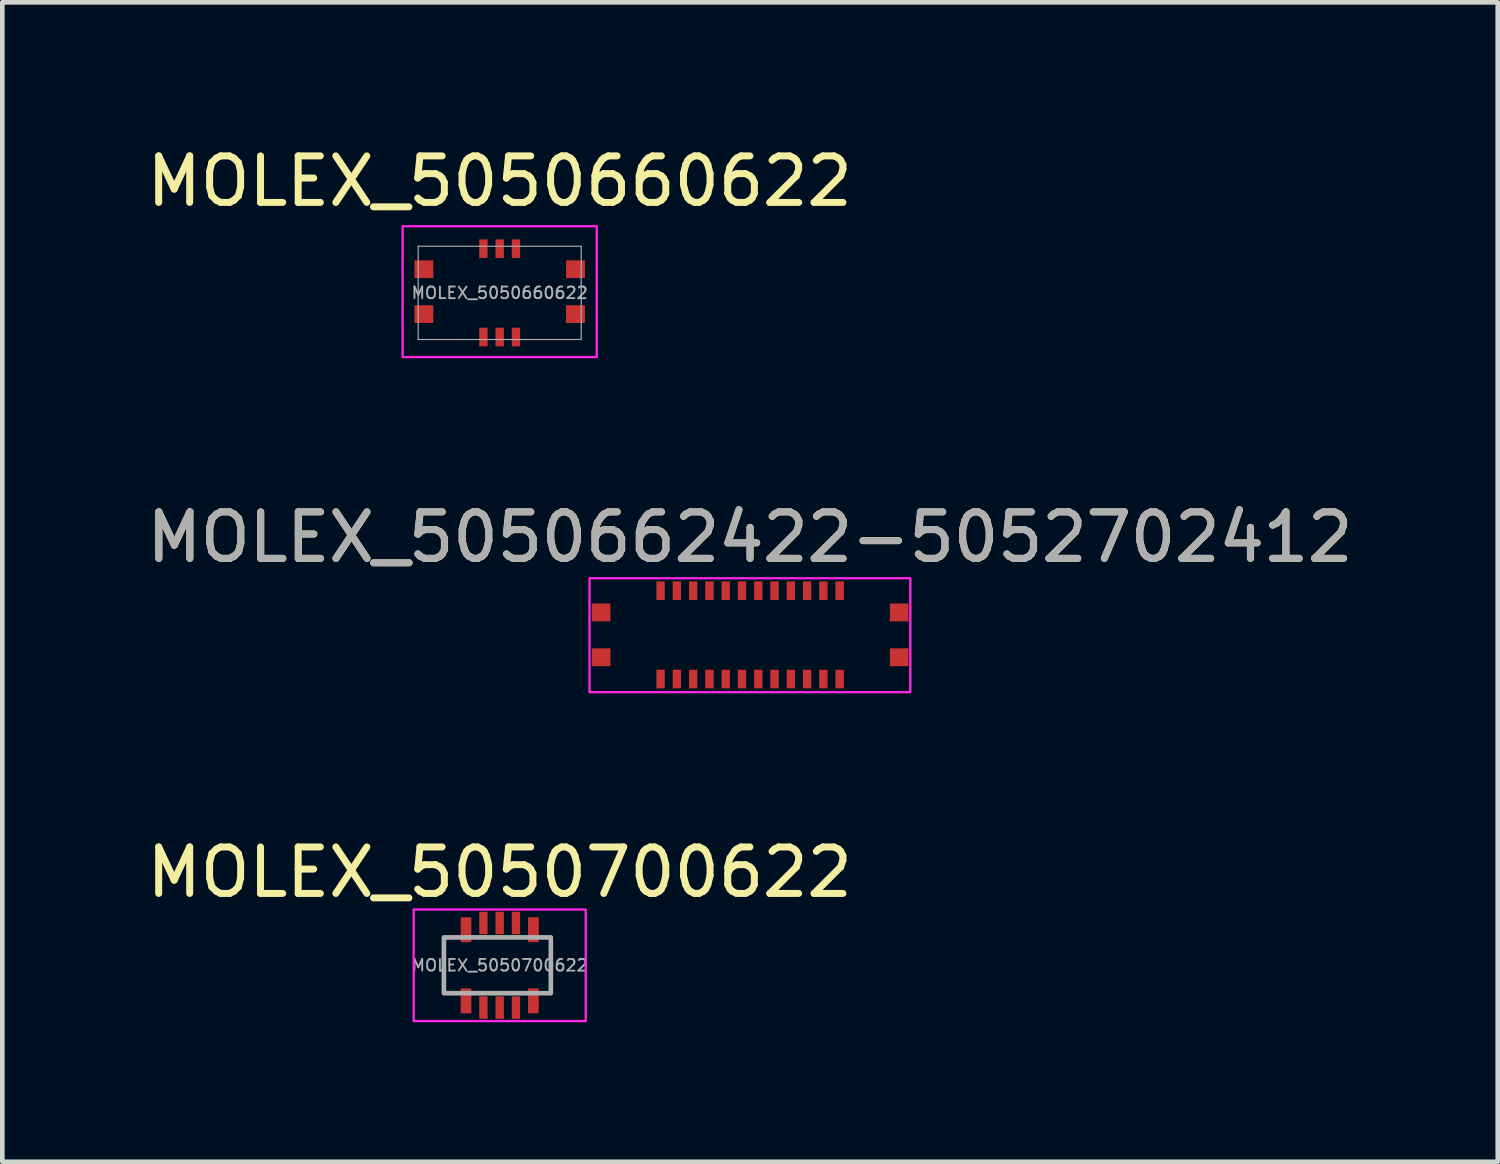
<source format=kicad_pcb>
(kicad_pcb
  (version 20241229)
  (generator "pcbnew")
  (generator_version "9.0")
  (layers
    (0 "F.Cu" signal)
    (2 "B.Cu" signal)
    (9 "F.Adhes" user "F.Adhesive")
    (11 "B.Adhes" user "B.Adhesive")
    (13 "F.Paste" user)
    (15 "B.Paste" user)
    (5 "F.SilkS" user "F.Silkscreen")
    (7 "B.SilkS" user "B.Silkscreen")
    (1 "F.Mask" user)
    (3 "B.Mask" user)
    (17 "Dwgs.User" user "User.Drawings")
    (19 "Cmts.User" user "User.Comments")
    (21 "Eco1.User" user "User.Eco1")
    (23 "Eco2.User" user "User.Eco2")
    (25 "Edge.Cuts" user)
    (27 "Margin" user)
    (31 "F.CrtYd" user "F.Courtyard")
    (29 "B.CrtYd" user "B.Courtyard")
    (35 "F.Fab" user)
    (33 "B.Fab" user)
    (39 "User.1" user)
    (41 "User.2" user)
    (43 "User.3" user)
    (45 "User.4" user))
  (footprint "MOLEX_5050662422-5052702412"
    (layer "F.Cu")
    (at 13.082 10.603)
    (property "Reference" "MOLEX_5050662422-5052702412" (at 0 -2.1 0) (unlocked yes) (layer "F.SilkS") (effects (font (size 1 1) (thickness 0.15))))
    (attr smd)
    (fp_rect (start -3.385 -0.657) (end -3.025 -0.307) (stroke (width 0) (type solid)) (fill yes) (layer "F.Mask"))
    (fp_rect (start -3.385 0.312) (end -3.025 0.652) (stroke (width 0) (type solid)) (fill yes) (layer "F.Mask"))
    (fp_rect (start -2.005 -1.13) (end -1.845 -0.77) (stroke (width 0) (type solid)) (fill yes) (layer "F.Mask"))
    (fp_rect (start -2.005 0.77) (end -1.845 1.13) (stroke (width 0) (type solid)) (fill yes) (layer "F.Mask"))
    (fp_rect (start -1.655 -1.13) (end -1.495 -0.77) (stroke (width 0) (type solid)) (fill yes) (layer "F.Mask"))
    (fp_rect (start -1.655 0.77) (end -1.495 1.13) (stroke (width 0) (type solid)) (fill yes) (layer "F.Mask"))
    (fp_rect (start -1.305 -1.13) (end -1.145 -0.77) (stroke (width 0) (type solid)) (fill yes) (layer "F.Mask"))
    (fp_rect (start -1.305 0.77) (end -1.145 1.13) (stroke (width 0) (type solid)) (fill yes) (layer "F.Mask"))
    (fp_rect (start -0.955 -1.13) (end -0.795 -0.77) (stroke (width 0) (type solid)) (fill yes) (layer "F.Mask"))
    (fp_rect (start -0.955 0.77) (end -0.795 1.13) (stroke (width 0) (type solid)) (fill yes) (layer "F.Mask"))
    (fp_rect (start -0.605 -1.13) (end -0.445 -0.77) (stroke (width 0) (type solid)) (fill yes) (layer "F.Mask"))
    (fp_rect (start -0.605 0.77) (end -0.445 1.13) (stroke (width 0) (type solid)) (fill yes) (layer "F.Mask"))
    (fp_rect (start -0.255 -1.13) (end -0.095 -0.77) (stroke (width 0) (type solid)) (fill yes) (layer "F.Mask"))
    (fp_rect (start -0.255 0.77) (end -0.095 1.13) (stroke (width 0) (type solid)) (fill yes) (layer "F.Mask"))
    (fp_rect (start 0.095 -1.13) (end 0.255 -0.77) (stroke (width 0) (type solid)) (fill yes) (layer "F.Mask"))
    (fp_rect (start 0.095 0.77) (end 0.255 1.13) (stroke (width 0) (type solid)) (fill yes) (layer "F.Mask"))
    (fp_rect (start 0.445 -1.13) (end 0.605 -0.77) (stroke (width 0) (type solid)) (fill yes) (layer "F.Mask"))
    (fp_rect (start 0.445 0.77) (end 0.605 1.13) (stroke (width 0) (type solid)) (fill yes) (layer "F.Mask"))
    (fp_rect (start 0.795 -1.13) (end 0.955 -0.77) (stroke (width 0) (type solid)) (fill yes) (layer "F.Mask"))
    (fp_rect (start 0.795 0.77) (end 0.955 1.13) (stroke (width 0) (type solid)) (fill yes) (layer "F.Mask"))
    (fp_rect (start 1.145 -1.13) (end 1.305 -0.77) (stroke (width 0) (type solid)) (fill yes) (layer "F.Mask"))
    (fp_rect (start 1.145 0.77) (end 1.305 1.13) (stroke (width 0) (type solid)) (fill yes) (layer "F.Mask"))
    (fp_rect (start 1.495 -1.13) (end 1.655 -0.77) (stroke (width 0) (type solid)) (fill yes) (layer "F.Mask"))
    (fp_rect (start 1.495 0.77) (end 1.655 1.13) (stroke (width 0) (type solid)) (fill yes) (layer "F.Mask"))
    (fp_rect (start 1.845 -1.13) (end 2.005 -0.77) (stroke (width 0) (type solid)) (fill yes) (layer "F.Mask"))
    (fp_rect (start 1.845 0.77) (end 2.005 1.13) (stroke (width 0) (type solid)) (fill yes) (layer "F.Mask"))
    (fp_rect (start 3.025 -0.657) (end 3.385 -0.307) (stroke (width 0) (type solid)) (fill yes) (layer "F.Mask"))
    (fp_rect (start 3.025 0.312) (end 3.385 0.652) (stroke (width 0) (type solid)) (fill yes) (layer "F.Mask"))
    (fp_rect (start -3.455 1.232) (end 3.445 -1.218) (stroke (width 0.05) (type solid)) (fill no) (layer "F.CrtYd"))
    (fp_text user "${REFERENCE}" (at -0.005 -2.1 0) (unlocked yes) (layer "F.Fab") (effects (font (size 1 1) (thickness 0.15))))
    (pad "1" smd rect (at -1.925 0.95) (size 0.18 0.4) (layers "F.Cu" "F.Paste"))
    (pad "2" smd rect (at -1.925 -0.95) (size 0.18 0.4) (layers "F.Cu" "F.Paste"))
    (pad "3" smd rect (at -1.575 0.95) (size 0.18 0.4) (layers "F.Cu" "F.Paste"))
    (pad "4" smd rect (at -1.575 -0.95) (size 0.18 0.4) (layers "F.Cu" "F.Paste"))
    (pad "5" smd rect (at -1.225 0.95) (size 0.18 0.4) (layers "F.Cu" "F.Paste"))
    (pad "6" smd rect (at -1.225 -0.95) (size 0.18 0.4) (layers "F.Cu" "F.Paste"))
    (pad "7" smd rect (at -0.875 0.95) (size 0.18 0.4) (layers "F.Cu" "F.Paste"))
    (pad "8" smd rect (at -0.875 -0.95) (size 0.18 0.4) (layers "F.Cu" "F.Paste"))
    (pad "9" smd rect (at -0.525 0.95) (size 0.18 0.4) (layers "F.Cu" "F.Paste"))
    (pad "10" smd rect (at -0.525 -0.95) (size 0.18 0.4) (layers "F.Cu" "F.Paste"))
    (pad "11" smd rect (at -0.175 0.95) (size 0.18 0.4) (layers "F.Cu" "F.Paste"))
    (pad "12" smd rect (at -0.175 -0.95) (size 0.18 0.4) (layers "F.Cu" "F.Paste"))
    (pad "13" smd rect (at 0.175 0.95) (size 0.18 0.4) (layers "F.Cu" "F.Paste"))
    (pad "14" smd rect (at 0.175 -0.95) (size 0.18 0.4) (layers "F.Cu" "F.Paste"))
    (pad "15" smd rect (at 0.525 0.95) (size 0.18 0.4) (layers "F.Cu" "F.Paste"))
    (pad "16" smd rect (at 0.525 -0.95) (size 0.18 0.4) (layers "F.Cu" "F.Paste"))
    (pad "17" smd rect (at 0.875 0.95) (size 0.18 0.4) (layers "F.Cu" "F.Paste"))
    (pad "18" smd rect (at 0.875 -0.95) (size 0.18 0.4) (layers "F.Cu" "F.Paste"))
    (pad "19" smd rect (at 1.225 0.95) (size 0.18 0.4) (layers "F.Cu" "F.Paste"))
    (pad "20" smd rect (at 1.225 -0.95) (size 0.18 0.4) (layers "F.Cu" "F.Paste"))
    (pad "21" smd rect (at 1.575 0.95) (size 0.18 0.4) (layers "F.Cu" "F.Paste"))
    (pad "22" smd rect (at 1.575 -0.95) (size 0.18 0.4) (layers "F.Cu" "F.Paste"))
    (pad "23" smd rect (at 1.925 0.95) (size 0.18 0.4) (layers "F.Cu" "F.Paste"))
    (pad "24" smd rect (at 1.925 -0.95) (size 0.18 0.4) (layers "F.Cu" "F.Paste"))
    (pad "MP1" smd rect (at -3.205 0.482) (size 0.4 0.385) (layers "F.Cu" "F.Paste"))
    (pad "MP2" smd rect (at -3.205 -0.482) (size 0.4 0.385) (layers "F.Cu" "F.Paste"))
    (pad "MP3" smd rect (at 3.205 0.482) (size 0.4 0.385) (layers "F.Cu" "F.Paste"))
    (pad "MP4" smd rect (at 3.205 -0.482) (size 0.4 0.385) (layers "F.Cu" "F.Paste"))
    (zone (net_name "") (layer "F.Cu") (hatch edge 0.508) (connect_pads) (min_thickness 0.254) (filled_areas_thickness no) (keepout (tracks not_allowed) (vias not_allowed) (pads not_allowed) (copperpour allowed) (footprints allowed)) (placement (enabled no)) (fill) (polygon (pts (xy 15.297 10.486) (xy 10.867 10.486) (xy 10.867 9.853) (xy 15.297 9.853))))
    (zone (net_name "") (layer "F.Cu") (hatch edge 0.508) (connect_pads) (min_thickness 0.254) (filled_areas_thickness no) (keepout (tracks not_allowed) (vias not_allowed) (pads not_allowed) (copperpour allowed) (footprints allowed)) (placement (enabled no)) (fill) (polygon (pts (xy 15.297 11.353) (xy 10.867 11.353) (xy 10.867 10.736) (xy 15.297 10.736)))))
  (footprint "MOLEX_5050700622"
    (layer "F.Cu")
    (at 7.696 17.709)
    (property "Reference" "MOLEX_5050700622" (at 0 -2 0) (unlocked yes) (layer "F.SilkS") (effects (font (size 1 1) (thickness 0.15))))
    (attr smd)
    (fp_rect (start -1.85 -1.2) (end 1.85 1.2) (stroke (width 0.05) (type default)) (fill no) (layer "F.CrtYd"))
    (fp_rect (start -1.2 -0.6) (end 1.1 0.6) (stroke (width 0.1) (type default)) (fill no) (layer "F.Fab"))
    (fp_text user "${REFERENCE}" (at 0 0 0) (unlocked yes) (layer "F.Fab") (effects (font (size 0.25 0.25) (thickness 0.04))))
    (pad "1" smd roundrect (at -0.35 0.91) (size 0.18 0.485) (layers "F.Cu" "F.Mask" "F.Paste") (roundrect_rratio 0.05))
    (pad "2" smd roundrect (at -0.35 -0.91) (size 0.18 0.485) (layers "F.Cu" "F.Mask" "F.Paste") (roundrect_rratio 0.05))
    (pad "3" smd roundrect (at 0 0.91) (size 0.18 0.485) (layers "F.Cu" "F.Mask" "F.Paste") (roundrect_rratio 0.05))
    (pad "4" smd roundrect (at 0 -0.91) (size 0.18 0.485) (layers "F.Cu" "F.Mask" "F.Paste") (roundrect_rratio 0.05))
    (pad "5" smd roundrect (at 0.35 0.91) (size 0.18 0.485) (layers "F.Cu" "F.Mask" "F.Paste") (roundrect_rratio 0.05))
    (pad "6" smd roundrect (at 0.35 -0.91) (size 0.18 0.485) (layers "F.Cu" "F.Mask" "F.Paste") (roundrect_rratio 0.05))
    (pad "MP1" smd roundrect (at -0.725 0.765) (size 0.23 0.535) (layers "F.Cu" "F.Mask" "F.Paste") (roundrect_rratio 0.05))
    (pad "MP2" smd roundrect (at -0.725 -0.765) (size 0.23 0.535) (layers "F.Cu" "F.Mask" "F.Paste") (roundrect_rratio 0.05))
    (pad "MP3" smd roundrect (at 0.725 0.765) (size 0.23 0.535) (layers "F.Cu" "F.Mask" "F.Paste") (roundrect_rratio 0.05))
    (pad "MP4" smd roundrect (at 0.725 -0.765) (size 0.23 0.535) (layers "F.Cu" "F.Mask" "F.Paste") (roundrect_rratio 0.05))
    (zone (net_name "") (layers "F.Cu" "F.CrtYd") (hatch edge 0.5) (connect_pads) (min_thickness 0.25) (filled_areas_thickness no) (keepout (tracks not_allowed) (vias not_allowed) (pads not_allowed) (copperpour allowed) (footprints allowed)) (placement (enabled no)) (fill) (polygon (pts (xy 7.246 17.074) (xy 7.446 17.074) (xy 7.446 17.309) (xy 7.246 17.309))))
    (zone (net_name "") (layers "F.Cu" "F.CrtYd") (hatch edge 0.5) (connect_pads) (min_thickness 0.25) (filled_areas_thickness no) (keepout (tracks not_allowed) (vias not_allowed) (pads not_allowed) (copperpour allowed) (footprints allowed)) (placement (enabled no)) (fill) (polygon (pts (xy 7.246 18.104) (xy 7.446 18.104) (xy 7.446 18.339) (xy 7.246 18.339))))
    (zone (net_name "") (layers "F.Cu" "F.CrtYd") (hatch edge 0.5) (connect_pads) (min_thickness 0.25) (filled_areas_thickness no) (keepout (tracks not_allowed) (vias not_allowed) (pads not_allowed) (copperpour allowed) (footprints allowed)) (placement (enabled no)) (fill) (polygon (pts (xy 7.596 17.074) (xy 7.796 17.074) (xy 7.796 17.309) (xy 7.596 17.309))))
    (zone (net_name "") (layers "F.Cu" "F.CrtYd") (hatch edge 0.5) (connect_pads) (min_thickness 0.25) (filled_areas_thickness no) (keepout (tracks not_allowed) (vias not_allowed) (pads not_allowed) (copperpour allowed) (footprints allowed)) (placement (enabled no)) (fill) (polygon (pts (xy 7.596 18.104) (xy 7.796 18.104) (xy 7.796 18.339) (xy 7.596 18.339))))
    (zone (net_name "") (layers "F.Cu" "F.CrtYd") (hatch edge 0.5) (connect_pads) (min_thickness 0.25) (filled_areas_thickness no) (keepout (tracks not_allowed) (vias not_allowed) (pads not_allowed) (copperpour allowed) (footprints allowed)) (placement (enabled no)) (fill) (polygon (pts (xy 7.946 17.074) (xy 8.146 17.074) (xy 8.146 17.309) (xy 7.946 17.309))))
    (zone (net_name "") (layers "F.Cu" "F.CrtYd") (hatch edge 0.5) (connect_pads) (min_thickness 0.25) (filled_areas_thickness no) (keepout (tracks not_allowed) (vias not_allowed) (pads not_allowed) (copperpour allowed) (footprints allowed)) (placement (enabled no)) (fill) (polygon (pts (xy 7.946 18.104) (xy 8.146 18.104) (xy 8.146 18.339) (xy 7.946 18.339))))
    (zone (net_name "") (layers "F.Cu" "F.CrtYd") (hatch edge 0.5) (connect_pads) (min_thickness 0.25) (filled_areas_thickness no) (keepout (tracks not_allowed) (vias not_allowed) (pads not_allowed) (copperpour allowed) (footprints allowed)) (placement (enabled no)) (fill) (polygon (pts (xy 6.796 17.009) (xy 6.246 17.009) (xy 6.246 18.409) (xy 6.796 18.409) (xy 6.796 18.759) (xy 5.896 18.759) (xy 5.896 16.659) (xy 6.796 16.659))))
    (zone (net_name "") (layers "F.Cu" "F.CrtYd") (hatch edge 0.5) (connect_pads) (min_thickness 0.25) (filled_areas_thickness no) (keepout (tracks not_allowed) (vias not_allowed) (pads not_allowed) (copperpour allowed) (footprints allowed)) (placement (enabled no)) (fill) (polygon (pts (xy 8.596 18.409) (xy 9.146 18.409) (xy 9.146 17.009) (xy 8.596 17.009) (xy 8.596 16.659) (xy 9.496 16.659) (xy 9.496 18.759) (xy 8.596 18.759)))))
  (footprint "MOLEX_5050660622"
    (layer "F.Cu")
    (at 7.696 3.248)
    (property "Reference" "MOLEX_5050660622" (at 0 -2.4 0) (unlocked yes) (layer "F.SilkS") (effects (font (size 1 1) (thickness 0.15))))
    (attr smd)
    (fp_rect (start -2.087 -1.433) (end 2.087 1.382) (stroke (width 0.05) (type default)) (fill no) (layer "F.CrtYd"))
    (fp_line (start -1.753 -1.003) (end -1.753 1.003) (stroke (width 0.025) (type solid)) (layer "F.Fab"))
    (fp_line (start -1.753 1.003) (end 1.753 1.003) (stroke (width 0.025) (type solid)) (layer "F.Fab"))
    (fp_line (start 1.753 -1.003) (end -1.753 -1.003) (stroke (width 0.025) (type solid)) (layer "F.Fab"))
    (fp_line (start 1.753 1.003) (end 1.753 -1.003) (stroke (width 0.025) (type solid)) (layer "F.Fab"))
    (fp_text user "${REFERENCE}" (at 0 0 0) (unlocked yes) (layer "F.Fab") (effects (font (size 0.25 0.25) (thickness 0.04))))
    (pad "1" smd rect (at -0.35 -0.95) (size 0.18 0.4) (layers "F.Cu" "F.Mask" "F.Paste"))
    (pad "2" smd rect (at -0.35 0.95) (size 0.18 0.4) (layers "F.Cu" "F.Mask" "F.Paste"))
    (pad "3" smd rect (at 0 -0.95) (size 0.18 0.4) (layers "F.Cu" "F.Mask" "F.Paste"))
    (pad "4" smd rect (at 0 0.95) (size 0.18 0.4) (layers "F.Cu" "F.Mask" "F.Paste"))
    (pad "5" smd rect (at 0.35 -0.95) (size 0.18 0.4) (layers "F.Cu" "F.Mask" "F.Paste"))
    (pad "6" smd rect (at 0.35 0.95) (size 0.18 0.4) (layers "F.Cu" "F.Mask" "F.Paste"))
    (pad "MP1" smd rect (at -1.63 -0.508) (size 0.406 0.381) (layers "F.Cu" "F.Mask" "F.Paste"))
    (pad "MP2" smd rect (at -1.63 0.457) (size 0.406 0.381) (layers "F.Cu" "F.Mask" "F.Paste"))
    (pad "MP3" smd rect (at 1.63 -0.508) (size 0.406 0.381) (layers "F.Cu" "F.Mask" "F.Paste"))
    (pad "MP4" smd rect (at 1.63 0.457) (size 0.406 0.381) (layers "F.Cu" "F.Mask" "F.Paste"))
    (zone (net_name "") (layers "F.Cu" "F.CrtYd") (hatch edge 0.5) (connect_pads) (min_thickness 0.25) (filled_areas_thickness no) (keepout (tracks not_allowed) (vias not_allowed) (pads not_allowed) (copperpour allowed) (footprints allowed)) (placement (enabled no)) (fill) (polygon (pts (xy 7.126 2.498) (xy 8.266 2.498) (xy 8.266 3.003) (xy 7.126 3.003))))
    (zone (net_name "") (layers "F.Cu" "F.CrtYd") (hatch edge 0.5) (connect_pads) (min_thickness 0.25) (filled_areas_thickness no) (keepout (tracks not_allowed) (vias not_allowed) (pads not_allowed) (copperpour allowed) (footprints allowed)) (placement (enabled no)) (fill) (polygon (pts (xy 7.126 3.433) (xy 8.266 3.433) (xy 8.266 3.998) (xy 7.126 3.998)))))
  (gr_rect
    (start -3 -3)
    (end 29.16 21.934)
    (stroke (width 0.1) (type default))
    (fill no)
    (layer "Edge.Cuts")))
</source>
